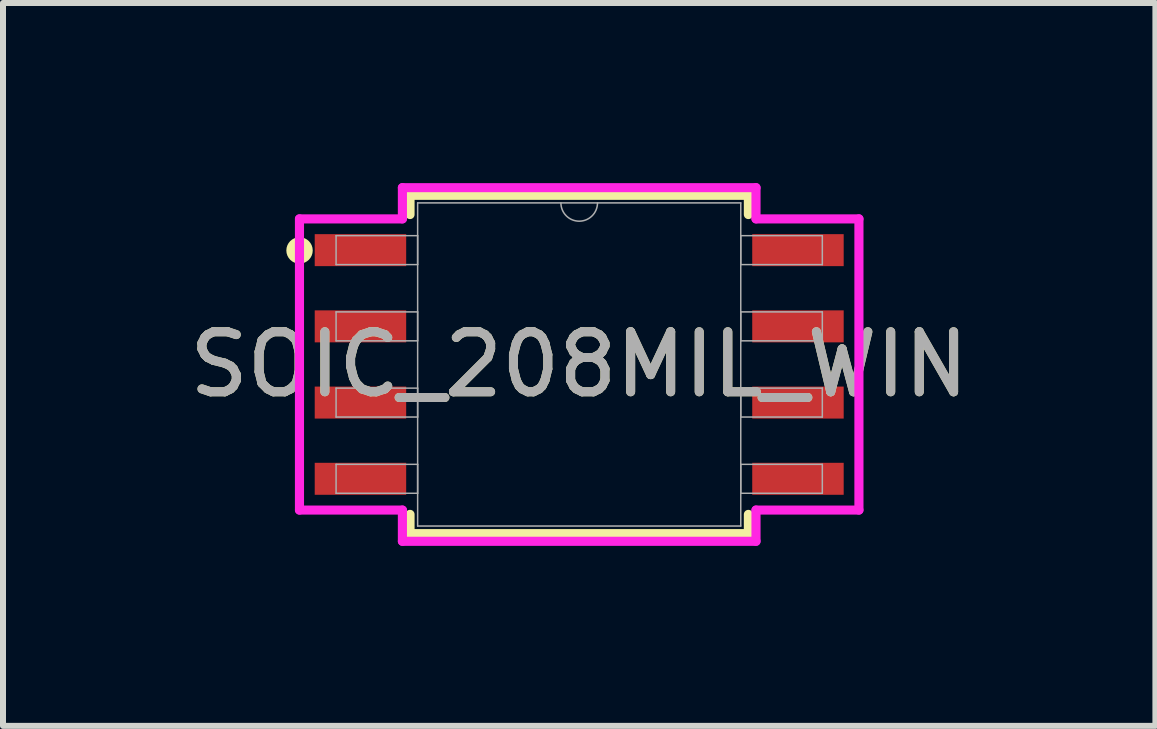
<source format=kicad_pcb>
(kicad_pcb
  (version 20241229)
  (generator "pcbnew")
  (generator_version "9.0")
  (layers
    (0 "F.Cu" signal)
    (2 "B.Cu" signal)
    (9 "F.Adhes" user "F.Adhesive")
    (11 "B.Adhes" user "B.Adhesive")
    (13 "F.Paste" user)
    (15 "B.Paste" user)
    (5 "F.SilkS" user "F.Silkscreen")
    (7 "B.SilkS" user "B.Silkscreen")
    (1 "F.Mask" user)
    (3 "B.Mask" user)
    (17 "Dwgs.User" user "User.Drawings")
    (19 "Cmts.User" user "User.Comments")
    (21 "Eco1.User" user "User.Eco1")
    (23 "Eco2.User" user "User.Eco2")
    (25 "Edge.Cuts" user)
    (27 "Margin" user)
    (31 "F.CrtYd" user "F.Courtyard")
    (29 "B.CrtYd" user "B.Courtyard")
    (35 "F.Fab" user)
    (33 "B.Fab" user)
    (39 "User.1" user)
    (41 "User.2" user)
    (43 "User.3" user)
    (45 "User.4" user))
  (footprint "SOIC_208MIL_WIN"
    (layer "F.Cu")
    (at 6.601 3.023)
    (property "Reference" "SOIC_208MIL_WIN" (at 0 0 0) (unlocked yes) (layer "F.SilkS") (effects (font (size 1 1) (thickness 0.15))))
    (attr smd)
    (fp_line (start -2.819 -2.819) (end -2.819 -2.498) (stroke (width 0.152) (type solid)) (layer "F.SilkS"))
    (fp_line (start -2.819 2.498) (end -2.819 2.819) (stroke (width 0.152) (type solid)) (layer "F.SilkS"))
    (fp_line (start -2.819 2.819) (end 2.819 2.819) (stroke (width 0.152) (type solid)) (layer "F.SilkS"))
    (fp_line (start 2.819 -2.819) (end -2.819 -2.819) (stroke (width 0.152) (type solid)) (layer "F.SilkS"))
    (fp_line (start 2.819 -2.498) (end 2.819 -2.819) (stroke (width 0.152) (type solid)) (layer "F.SilkS"))
    (fp_line (start 2.819 2.819) (end 2.819 2.498) (stroke (width 0.152) (type solid)) (layer "F.SilkS"))
    (fp_circle (center -4.66 -1.9) (end -4.54 -1.9) (stroke (width 0.2) (type solid)) (fill no) (layer "F.SilkS"))
    (fp_line (start -4.661 -2.426) (end -2.946 -2.426) (stroke (width 0.152) (type solid)) (layer "F.CrtYd"))
    (fp_line (start -4.661 2.426) (end -4.661 -2.426) (stroke (width 0.152) (type solid)) (layer "F.CrtYd"))
    (fp_line (start -4.661 2.426) (end -2.946 2.426) (stroke (width 0.152) (type solid)) (layer "F.CrtYd"))
    (fp_line (start -2.946 -2.946) (end 2.946 -2.946) (stroke (width 0.152) (type solid)) (layer "F.CrtYd"))
    (fp_line (start -2.946 -2.426) (end -2.946 -2.946) (stroke (width 0.152) (type solid)) (layer "F.CrtYd"))
    (fp_line (start -2.946 2.946) (end -2.946 2.426) (stroke (width 0.152) (type solid)) (layer "F.CrtYd"))
    (fp_line (start 2.946 -2.946) (end 2.946 -2.426) (stroke (width 0.152) (type solid)) (layer "F.CrtYd"))
    (fp_line (start 2.946 2.426) (end 2.946 2.946) (stroke (width 0.152) (type solid)) (layer "F.CrtYd"))
    (fp_line (start 2.946 2.946) (end -2.946 2.946) (stroke (width 0.152) (type solid)) (layer "F.CrtYd"))
    (fp_line (start 4.661 -2.426) (end 2.946 -2.426) (stroke (width 0.152) (type solid)) (layer "F.CrtYd"))
    (fp_line (start 4.661 -2.426) (end 4.661 2.426) (stroke (width 0.152) (type solid)) (layer "F.CrtYd"))
    (fp_line (start 4.661 2.426) (end 2.946 2.426) (stroke (width 0.152) (type solid)) (layer "F.CrtYd"))
    (fp_line (start -4.051 -2.146) (end -4.051 -1.664) (stroke (width 0.025) (type solid)) (layer "F.Fab"))
    (fp_line (start -4.051 -1.664) (end -2.692 -1.664) (stroke (width 0.025) (type solid)) (layer "F.Fab"))
    (fp_line (start -4.051 -0.876) (end -4.051 -0.394) (stroke (width 0.025) (type solid)) (layer "F.Fab"))
    (fp_line (start -4.051 -0.394) (end -2.692 -0.394) (stroke (width 0.025) (type solid)) (layer "F.Fab"))
    (fp_line (start -4.051 0.394) (end -4.051 0.876) (stroke (width 0.025) (type solid)) (layer "F.Fab"))
    (fp_line (start -4.051 0.876) (end -2.692 0.876) (stroke (width 0.025) (type solid)) (layer "F.Fab"))
    (fp_line (start -4.051 1.664) (end -4.051 2.146) (stroke (width 0.025) (type solid)) (layer "F.Fab"))
    (fp_line (start -4.051 2.146) (end -2.692 2.146) (stroke (width 0.025) (type solid)) (layer "F.Fab"))
    (fp_line (start -2.692 -2.692) (end -2.692 2.692) (stroke (width 0.025) (type solid)) (layer "F.Fab"))
    (fp_line (start -2.692 -2.146) (end -4.051 -2.146) (stroke (width 0.025) (type solid)) (layer "F.Fab"))
    (fp_line (start -2.692 -1.664) (end -2.692 -2.146) (stroke (width 0.025) (type solid)) (layer "F.Fab"))
    (fp_line (start -2.692 -0.876) (end -4.051 -0.876) (stroke (width 0.025) (type solid)) (layer "F.Fab"))
    (fp_line (start -2.692 -0.394) (end -2.692 -0.876) (stroke (width 0.025) (type solid)) (layer "F.Fab"))
    (fp_line (start -2.692 0.394) (end -4.051 0.394) (stroke (width 0.025) (type solid)) (layer "F.Fab"))
    (fp_line (start -2.692 0.876) (end -2.692 0.394) (stroke (width 0.025) (type solid)) (layer "F.Fab"))
    (fp_line (start -2.692 1.664) (end -4.051 1.664) (stroke (width 0.025) (type solid)) (layer "F.Fab"))
    (fp_line (start -2.692 2.146) (end -2.692 1.664) (stroke (width 0.025) (type solid)) (layer "F.Fab"))
    (fp_line (start -2.692 2.692) (end 2.692 2.692) (stroke (width 0.025) (type solid)) (layer "F.Fab"))
    (fp_line (start 2.692 -2.692) (end -2.692 -2.692) (stroke (width 0.025) (type solid)) (layer "F.Fab"))
    (fp_line (start 2.692 -2.146) (end 2.692 -1.664) (stroke (width 0.025) (type solid)) (layer "F.Fab"))
    (fp_line (start 2.692 -1.664) (end 4.051 -1.664) (stroke (width 0.025) (type solid)) (layer "F.Fab"))
    (fp_line (start 2.692 -0.876) (end 2.692 -0.394) (stroke (width 0.025) (type solid)) (layer "F.Fab"))
    (fp_line (start 2.692 -0.394) (end 4.051 -0.394) (stroke (width 0.025) (type solid)) (layer "F.Fab"))
    (fp_line (start 2.692 0.394) (end 2.692 0.876) (stroke (width 0.025) (type solid)) (layer "F.Fab"))
    (fp_line (start 2.692 0.876) (end 4.051 0.876) (stroke (width 0.025) (type solid)) (layer "F.Fab"))
    (fp_line (start 2.692 1.664) (end 2.692 2.146) (stroke (width 0.025) (type solid)) (layer "F.Fab"))
    (fp_line (start 2.692 2.146) (end 4.051 2.146) (stroke (width 0.025) (type solid)) (layer "F.Fab"))
    (fp_line (start 2.692 2.692) (end 2.692 -2.692) (stroke (width 0.025) (type solid)) (layer "F.Fab"))
    (fp_line (start 4.051 -2.146) (end 2.692 -2.146) (stroke (width 0.025) (type solid)) (layer "F.Fab"))
    (fp_line (start 4.051 -1.664) (end 4.051 -2.146) (stroke (width 0.025) (type solid)) (layer "F.Fab"))
    (fp_line (start 4.051 -0.876) (end 2.692 -0.876) (stroke (width 0.025) (type solid)) (layer "F.Fab"))
    (fp_line (start 4.051 -0.394) (end 4.051 -0.876) (stroke (width 0.025) (type solid)) (layer "F.Fab"))
    (fp_line (start 4.051 0.394) (end 2.692 0.394) (stroke (width 0.025) (type solid)) (layer "F.Fab"))
    (fp_line (start 4.051 0.876) (end 4.051 0.394) (stroke (width 0.025) (type solid)) (layer "F.Fab"))
    (fp_line (start 4.051 1.664) (end 2.692 1.664) (stroke (width 0.025) (type solid)) (layer "F.Fab"))
    (fp_line (start 4.051 2.146) (end 4.051 1.664) (stroke (width 0.025) (type solid)) (layer "F.Fab"))
    (fp_arc (start 0.3048 -2.6924) (mid 0 -2.3876) (end -0.3048 -2.6924) (stroke (width 0.0254) (type solid)) (layer "F.Fab"))
    (fp_text user "${REFERENCE}" (at 0 0 0) (unlocked yes) (layer "F.Fab") (effects (font (size 1 1) (thickness 0.15))))
    (pad "1" smd rect (at -3.645 -1.905) (size 1.524 0.533) (layers "F.Cu" "F.Mask" "F.Paste"))
    (pad "2" smd rect (at -3.645 -0.635) (size 1.524 0.533) (layers "F.Cu" "F.Mask" "F.Paste"))
    (pad "3" smd rect (at -3.645 0.635) (size 1.524 0.533) (layers "F.Cu" "F.Mask" "F.Paste"))
    (pad "4" smd rect (at -3.645 1.905) (size 1.524 0.533) (layers "F.Cu" "F.Mask" "F.Paste"))
    (pad "5" smd rect (at 3.645 1.905) (size 1.524 0.533) (layers "F.Cu" "F.Mask" "F.Paste"))
    (pad "6" smd rect (at 3.645 0.635) (size 1.524 0.533) (layers "F.Cu" "F.Mask" "F.Paste"))
    (pad "7" smd rect (at 3.645 -0.635) (size 1.524 0.533) (layers "F.Cu" "F.Mask" "F.Paste"))
    (pad "8" smd rect (at 3.645 -1.905) (size 1.524 0.533) (layers "F.Cu" "F.Mask" "F.Paste")))
  (gr_rect
    (start -3 -3)
    (end 16.202 9.045)
    (stroke (width 0.1) (type default))
    (fill no)
    (layer "Edge.Cuts")))
</source>
